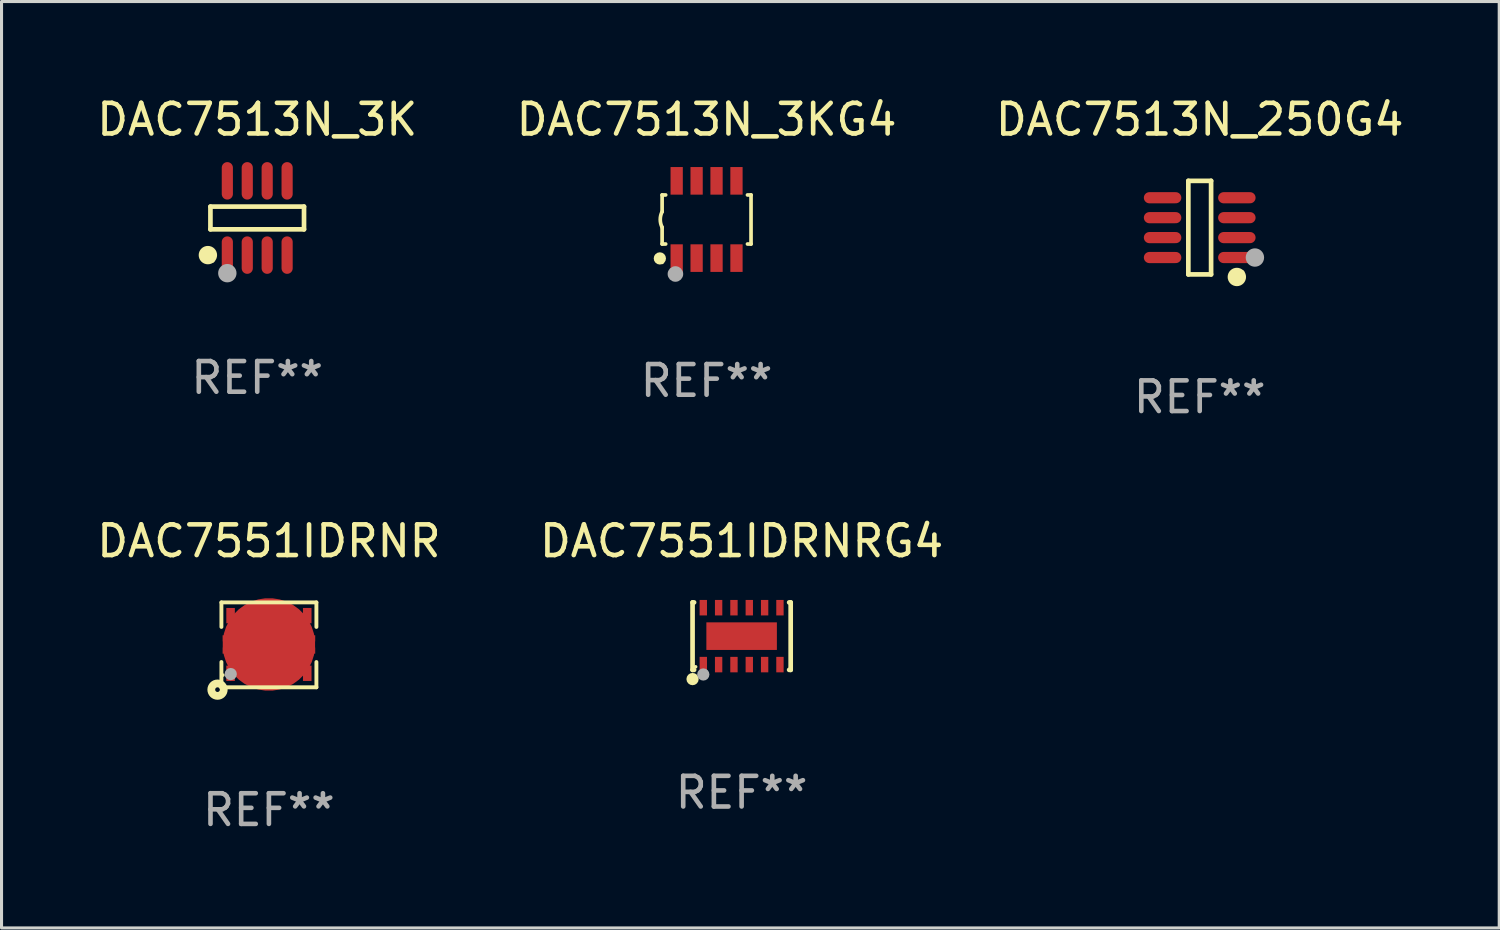
<source format=kicad_pcb>
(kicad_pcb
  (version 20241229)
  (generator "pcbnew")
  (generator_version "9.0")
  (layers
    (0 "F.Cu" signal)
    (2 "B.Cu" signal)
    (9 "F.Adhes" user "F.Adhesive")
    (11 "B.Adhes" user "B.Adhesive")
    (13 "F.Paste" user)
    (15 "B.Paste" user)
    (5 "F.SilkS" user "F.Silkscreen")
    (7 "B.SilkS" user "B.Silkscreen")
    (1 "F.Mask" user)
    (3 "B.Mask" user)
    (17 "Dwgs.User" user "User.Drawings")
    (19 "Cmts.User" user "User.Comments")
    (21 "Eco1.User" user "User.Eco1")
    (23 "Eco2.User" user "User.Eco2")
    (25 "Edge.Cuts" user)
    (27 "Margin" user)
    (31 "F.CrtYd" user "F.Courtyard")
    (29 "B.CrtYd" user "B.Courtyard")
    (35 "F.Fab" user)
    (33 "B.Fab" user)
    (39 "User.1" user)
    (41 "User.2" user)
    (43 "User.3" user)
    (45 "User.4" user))
  (footprint "DAC7513N_250G4"
    (layer "F.Cu")
    (at 36.077 4.374)
    (property "Reference" "DAC7513N_250G4" (at 0 -3.526 0) (layer "F.SilkS") (effects (font (size 1 1) (thickness 0.15))))
    (attr through_hole)
    (fp_line (start -0.371 -1.526) (end 0.371 -1.526) (stroke (width 0.152) (type solid)) (layer "F.SilkS"))
    (fp_line (start -0.371 1.526) (end -0.371 -1.526) (stroke (width 0.152) (type solid)) (layer "F.SilkS"))
    (fp_line (start 0.371 -1.526) (end 0.371 1.526) (stroke (width 0.152) (type solid)) (layer "F.SilkS"))
    (fp_line (start 0.371 1.526) (end -0.371 1.526) (stroke (width 0.152) (type solid)) (layer "F.SilkS"))
    (fp_circle (center 1.211 1.609) (end 1.361 1.609) (stroke (width 0.3) (type solid)) (fill no) (layer "F.SilkS"))
    (fp_circle (center 1.4 1.45) (end 1.43 1.45) (stroke (width 0.06) (type solid)) (fill no) (layer "F.SilkS"))
    (fp_circle (center 1.8 0.975) (end 1.95 0.975) (stroke (width 0.3) (type solid)) (fill no) (layer "F.Fab"))
    (fp_text user "REF**" (at 0 5.526 0) (layer "F.Fab") (effects (font (size 1 1) (thickness 0.15))))
    (pad "1" smd oval (at 1.211 0.975) (size 1.222 0.364) (layers "F.Cu" "F.Mask" "F.Paste"))
    (pad "2" smd oval (at 1.211 0.325) (size 1.222 0.364) (layers "F.Cu" "F.Mask" "F.Paste"))
    (pad "3" smd oval (at 1.211 -0.325) (size 1.222 0.364) (layers "F.Cu" "F.Mask" "F.Paste"))
    (pad "4" smd oval (at 1.211 -0.975) (size 1.222 0.364) (layers "F.Cu" "F.Mask" "F.Paste"))
    (pad "5" smd oval (at -1.211 -0.975) (size 1.222 0.364) (layers "F.Cu" "F.Mask" "F.Paste"))
    (pad "6" smd oval (at -1.211 -0.325) (size 1.222 0.364) (layers "F.Cu" "F.Mask" "F.Paste"))
    (pad "7" smd oval (at -1.211 0.325) (size 1.222 0.364) (layers "F.Cu" "F.Mask" "F.Paste"))
    (pad "8" smd oval (at -1.211 0.975) (size 1.222 0.364) (layers "F.Cu" "F.Mask" "F.Paste")))
  (footprint "DAC7513N_3K"
    (layer "F.Cu")
    (at 5.339 4.059)
    (property "Reference" "DAC7513N_3K" (at 0 -3.211 0) (layer "F.SilkS") (effects (font (size 1 1) (thickness 0.15))))
    (attr through_hole)
    (fp_line (start -1.526 -0.371) (end 1.526 -0.371) (stroke (width 0.152) (type solid)) (layer "F.SilkS"))
    (fp_line (start -1.526 0.371) (end -1.526 -0.371) (stroke (width 0.152) (type solid)) (layer "F.SilkS"))
    (fp_line (start 1.526 -0.371) (end 1.526 0.371) (stroke (width 0.152) (type solid)) (layer "F.SilkS"))
    (fp_line (start 1.526 0.371) (end -1.526 0.371) (stroke (width 0.152) (type solid)) (layer "F.SilkS"))
    (fp_circle (center -1.609 1.211) (end -1.459 1.211) (stroke (width 0.3) (type solid)) (fill no) (layer "F.SilkS"))
    (fp_circle (center -1.45 1.4) (end -1.42 1.4) (stroke (width 0.06) (type solid)) (fill no) (layer "F.SilkS"))
    (fp_circle (center -0.975 1.8) (end -0.825 1.8) (stroke (width 0.3) (type solid)) (fill no) (layer "F.Fab"))
    (fp_text user "REF**" (at 0 5.211 0) (layer "F.Fab") (effects (font (size 1 1) (thickness 0.15))))
    (pad "1" smd oval (at -0.975 1.211) (size 0.364 1.222) (layers "F.Cu" "F.Mask" "F.Paste"))
    (pad "2" smd oval (at -0.325 1.211) (size 0.364 1.222) (layers "F.Cu" "F.Mask" "F.Paste"))
    (pad "3" smd oval (at 0.325 1.211) (size 0.364 1.222) (layers "F.Cu" "F.Mask" "F.Paste"))
    (pad "4" smd oval (at 0.975 1.211) (size 0.364 1.222) (layers "F.Cu" "F.Mask" "F.Paste"))
    (pad "5" smd oval (at 0.975 -1.211) (size 0.364 1.222) (layers "F.Cu" "F.Mask" "F.Paste"))
    (pad "6" smd oval (at 0.325 -1.211) (size 0.364 1.222) (layers "F.Cu" "F.Mask" "F.Paste"))
    (pad "7" smd oval (at -0.325 -1.211) (size 0.364 1.222) (layers "F.Cu" "F.Mask" "F.Paste"))
    (pad "8" smd oval (at -0.975 -1.211) (size 0.364 1.222) (layers "F.Cu" "F.Mask" "F.Paste")))
  (footprint "DAC7551IDRNR"
    (layer "F.Cu")
    (at 5.72 17.981)
    (property "Reference" "DAC7551IDRNR" (at 0 -3.384 0) (layer "F.SilkS") (effects (font (size 1 1) (thickness 0.15))))
    (attr through_hole)
    (fp_line (start -1.549 -0.585) (end -1.549 -1.384) (stroke (width 0.127) (type solid)) (layer "F.SilkS"))
    (fp_line (start -1.549 1.384) (end -1.549 0.56) (stroke (width 0.127) (type solid)) (layer "F.SilkS"))
    (fp_line (start 1.549 -1.384) (end -1.549 -1.384) (stroke (width 0.127) (type solid)) (layer "F.SilkS"))
    (fp_line (start 1.549 -0.585) (end 1.549 -1.384) (stroke (width 0.127) (type solid)) (layer "F.SilkS"))
    (fp_line (start 1.549 0.56) (end 1.549 1.384) (stroke (width 0.127) (type solid)) (layer "F.SilkS"))
    (fp_line (start 1.549 1.384) (end -1.549 1.384) (stroke (width 0.127) (type solid)) (layer "F.SilkS"))
    (fp_circle (center -1.676 1.461) (end -1.6 1.461) (stroke (width 0.254) (type solid)) (fill no) (layer "F.SilkS"))
    (fp_circle (center -1.5 0.987) (end -1.47 0.987) (stroke (width 0.06) (type solid)) (fill no) (layer "F.SilkS"))
    (fp_circle (center -1.245 0.953) (end -1.145 0.953) (stroke (width 0.2) (type solid)) (fill no) (layer "F.Fab"))
    (fp_text user "REF**" (at 0 5.384 0) (layer "F.Fab") (effects (font (size 1 1) (thickness 0.15))))
    (pad "1" smd rect (at -1.25 0.927) (size 0.279 0.5) (layers "F.Cu" "F.Mask" "F.Paste"))
    (pad "2" smd rect (at -0.75 0.927) (size 0.279 0.5) (layers "F.Cu" "F.Mask" "F.Paste"))
    (pad "3" smd rect (at -0.25 0.927) (size 0.279 0.5) (layers "F.Cu" "F.Mask" "F.Paste"))
    (pad "4" smd rect (at 0.25 0.927) (size 0.279 0.5) (layers "F.Cu" "F.Mask" "F.Paste"))
    (pad "5" smd rect (at 0.75 0.927) (size 0.279 0.5) (layers "F.Cu" "F.Mask" "F.Paste"))
    (pad "6" smd rect (at 1.25 0.927) (size 0.279 0.5) (layers "F.Cu" "F.Mask" "F.Paste"))
    (pad "7" smd rect (at 1.25 -0.953) (size 0.279 0.5) (layers "F.Cu" "F.Mask" "F.Paste"))
    (pad "8" smd rect (at 0.75 -0.953) (size 0.279 0.5) (layers "F.Cu" "F.Mask" "F.Paste"))
    (pad "9" smd rect (at 0.25 -0.953) (size 0.279 0.5) (layers "F.Cu" "F.Mask" "F.Paste"))
    (pad "10" smd rect (at -0.25 -0.953) (size 0.279 0.5) (layers "F.Cu" "F.Mask" "F.Paste"))
    (pad "11" smd rect (at -0.75 -0.953) (size 0.279 0.5) (layers "F.Cu" "F.Mask" "F.Paste"))
    (pad "12" smd rect (at -1.25 -0.953) (size 0.279 0.5) (layers "F.Cu" "F.Mask" "F.Paste"))
    (pad "13" smd custom (at 0 -0.013) (size 3.02 0.9) (layers "F.Cu" "F.Mask" "F.Paste") (options (anchor circle)) (primitives (gr_poly (pts (xy -1.05 -0.45) (xy -1.05 -0.3) (xy -1.51 -0.3) (xy -1.51 -0.1) (xy -1.5 -0.1) (xy -1.05 -0.1) (xy -1.05 0.1) (xy -1.51 0.1) (xy -1.51 0.3) (xy -1.05 0.3) (xy -1.05 0.45) (xy 1.05 0.45) (xy 1.05 0.3) (xy 1.51 0.3) (xy 1.51 0.1) (xy 1.05 0.1) (xy 1.05 -0.1) (xy 1.51 -0.1) (xy 1.51 -0.3) (xy 1.05 -0.3) (xy 1.05 -0.45)) (width 0) (fill yes)))))
  (footprint "DAC7513N_3KG4"
    (layer "F.Cu")
    (at 19.994 4.108)
    (property "Reference" "DAC7513N_3KG4" (at 0 -3.26 0) (layer "F.SilkS") (effects (font (size 1 1) (thickness 0.15))))
    (attr through_hole)
    (fp_line (start -1.45 -0.8) (end -1.45 -0.254) (stroke (width 0.12) (type solid)) (layer "F.SilkS"))
    (fp_line (start -1.45 -0.8) (end -1.334 -0.8) (stroke (width 0.12) (type solid)) (layer "F.SilkS"))
    (fp_line (start -1.45 0.8) (end -1.45 0.254) (stroke (width 0.12) (type solid)) (layer "F.SilkS"))
    (fp_line (start -1.45 0.8) (end -1.334 0.8) (stroke (width 0.12) (type solid)) (layer "F.SilkS"))
    (fp_line (start 1.334 -0.8) (end 1.45 -0.8) (stroke (width 0.12) (type solid)) (layer "F.SilkS"))
    (fp_line (start 1.334 0.8) (end 1.45 0.8) (stroke (width 0.12) (type solid)) (layer "F.SilkS"))
    (fp_line (start 1.45 0.8) (end 1.45 -0.8) (stroke (width 0.12) (type solid)) (layer "F.SilkS"))
    (fp_arc (start -1.45075 0.255144) (mid -1.510605 0.000434) (end -1.450013 -0.254102) (stroke (width 0.11999) (type solid)) (layer "F.SilkS"))
    (fp_circle (center -1.524 1.27) (end -1.424 1.27) (stroke (width 0.2) (type solid)) (fill no) (layer "F.SilkS"))
    (fp_circle (center -1.45 1.4) (end -1.42 1.4) (stroke (width 0.06) (type solid)) (fill no) (layer "F.SilkS"))
    (fp_circle (center -1.016 1.778) (end -0.889 1.778) (stroke (width 0.254) (type solid)) (fill no) (layer "F.Fab"))
    (fp_text user "REF**" (at 0 5.26 0) (layer "F.Fab") (effects (font (size 1 1) (thickness 0.15))))
    (pad "1" smd rect (at -0.975 1.26) (size 0.4 0.9) (layers "F.Cu" "F.Mask" "F.Paste"))
    (pad "2" smd rect (at -0.325 1.26) (size 0.4 0.9) (layers "F.Cu" "F.Mask" "F.Paste"))
    (pad "3" smd rect (at 0.325 1.26) (size 0.4 0.9) (layers "F.Cu" "F.Mask" "F.Paste"))
    (pad "4" smd rect (at 0.975 1.26) (size 0.4 0.9) (layers "F.Cu" "F.Mask" "F.Paste"))
    (pad "5" smd rect (at 0.975 -1.26) (size 0.4 0.9) (layers "F.Cu" "F.Mask" "F.Paste"))
    (pad "6" smd rect (at 0.325 -1.26) (size 0.4 0.9) (layers "F.Cu" "F.Mask" "F.Paste"))
    (pad "7" smd rect (at -0.325 -1.26) (size 0.4 0.9) (layers "F.Cu" "F.Mask" "F.Paste"))
    (pad "8" smd rect (at -0.975 -1.26) (size 0.4 0.9) (layers "F.Cu" "F.Mask" "F.Paste")))
  (footprint "DAC7551IDRNRG4"
    (layer "F.Cu")
    (at 21.137 17.697)
    (property "Reference" "DAC7551IDRNRG4" (at 0 -3.1 0) (layer "F.SilkS") (effects (font (size 1 1) (thickness 0.15))))
    (attr through_hole)
    (fp_line (start -1.6 -1.1) (end -1.6 1.1) (stroke (width 0.152) (type solid)) (layer "F.SilkS"))
    (fp_line (start -1.6 1.1) (end -1.55 1.1) (stroke (width 0.152) (type solid)) (layer "F.SilkS"))
    (fp_line (start -1.55 -1.1) (end -1.6 -1.1) (stroke (width 0.152) (type solid)) (layer "F.SilkS"))
    (fp_line (start 1.55 1.1) (end 1.6 1.1) (stroke (width 0.152) (type solid)) (layer "F.SilkS"))
    (fp_line (start 1.6 -1.1) (end 1.55 -1.1) (stroke (width 0.152) (type solid)) (layer "F.SilkS"))
    (fp_line (start 1.6 1.1) (end 1.6 -1.1) (stroke (width 0.152) (type solid)) (layer "F.SilkS"))
    (fp_circle (center -1.6 1.4) (end -1.5 1.4) (stroke (width 0.2) (type solid)) (fill no) (layer "F.SilkS"))
    (fp_circle (center -1.5 1) (end -1.47 1) (stroke (width 0.06) (type solid)) (fill no) (layer "F.SilkS"))
    (fp_circle (center -1.25 1.25) (end -1.15 1.25) (stroke (width 0.2) (type solid)) (fill no) (layer "F.Fab"))
    (fp_text user "REF**" (at 0 5.1 0) (layer "F.Fab") (effects (font (size 1 1) (thickness 0.15))))
    (pad "1" smd rect (at -1.25 0.928) (size 0.24 0.505) (layers "F.Cu" "F.Mask" "F.Paste"))
    (pad "2" smd rect (at -0.75 0.928) (size 0.24 0.505) (layers "F.Cu" "F.Mask" "F.Paste"))
    (pad "3" smd rect (at -0.25 0.928) (size 0.24 0.505) (layers "F.Cu" "F.Mask" "F.Paste"))
    (pad "4" smd rect (at 0.25 0.928) (size 0.24 0.505) (layers "F.Cu" "F.Mask" "F.Paste"))
    (pad "5" smd rect (at 0.75 0.928) (size 0.24 0.505) (layers "F.Cu" "F.Mask" "F.Paste"))
    (pad "6" smd rect (at 1.25 0.928) (size 0.24 0.505) (layers "F.Cu" "F.Mask" "F.Paste"))
    (pad "7" smd rect (at 1.25 -0.928) (size 0.24 0.505) (layers "F.Cu" "F.Mask" "F.Paste"))
    (pad "8" smd rect (at 0.75 -0.928) (size 0.24 0.505) (layers "F.Cu" "F.Mask" "F.Paste"))
    (pad "9" smd rect (at 0.25 -0.928) (size 0.24 0.505) (layers "F.Cu" "F.Mask" "F.Paste"))
    (pad "10" smd rect (at -0.25 -0.928) (size 0.24 0.505) (layers "F.Cu" "F.Mask" "F.Paste"))
    (pad "11" smd rect (at -0.75 -0.928) (size 0.24 0.505) (layers "F.Cu" "F.Mask" "F.Paste"))
    (pad "12" smd rect (at -1.25 -0.928) (size 0.24 0.505) (layers "F.Cu" "F.Mask" "F.Paste"))
    (pad "13" smd rect (at 0.000025 0.000025) (size 2.3 0.9) (layers "F.Cu" "F.Mask" "F.Paste")))
  (gr_rect
    (start -3 -3)
    (end 45.845 27.214)
    (stroke (width 0.1) (type default))
    (fill no)
    (layer "Edge.Cuts")))
</source>
